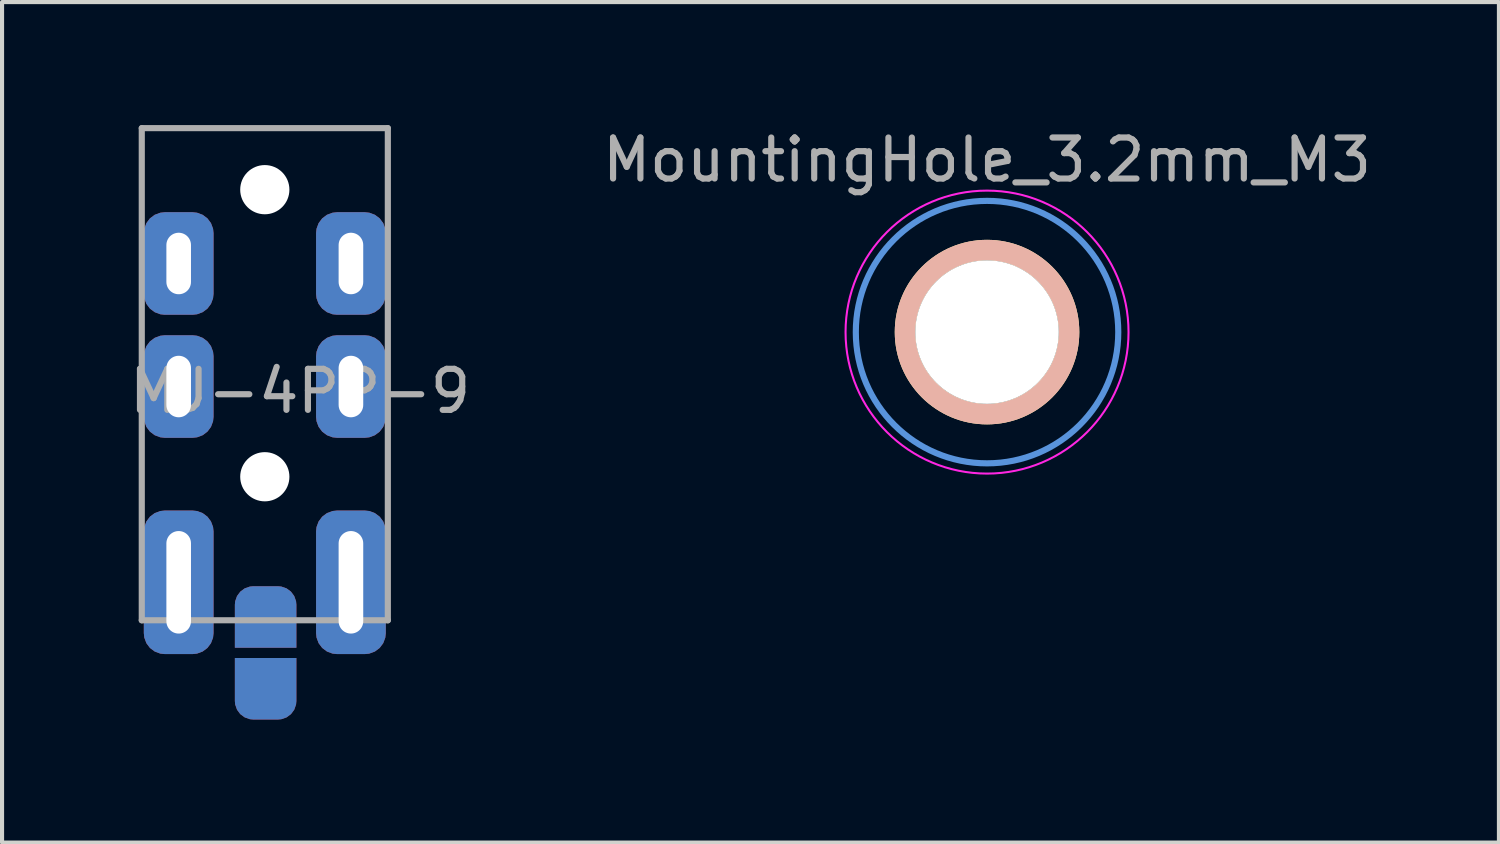
<source format=kicad_pcb>
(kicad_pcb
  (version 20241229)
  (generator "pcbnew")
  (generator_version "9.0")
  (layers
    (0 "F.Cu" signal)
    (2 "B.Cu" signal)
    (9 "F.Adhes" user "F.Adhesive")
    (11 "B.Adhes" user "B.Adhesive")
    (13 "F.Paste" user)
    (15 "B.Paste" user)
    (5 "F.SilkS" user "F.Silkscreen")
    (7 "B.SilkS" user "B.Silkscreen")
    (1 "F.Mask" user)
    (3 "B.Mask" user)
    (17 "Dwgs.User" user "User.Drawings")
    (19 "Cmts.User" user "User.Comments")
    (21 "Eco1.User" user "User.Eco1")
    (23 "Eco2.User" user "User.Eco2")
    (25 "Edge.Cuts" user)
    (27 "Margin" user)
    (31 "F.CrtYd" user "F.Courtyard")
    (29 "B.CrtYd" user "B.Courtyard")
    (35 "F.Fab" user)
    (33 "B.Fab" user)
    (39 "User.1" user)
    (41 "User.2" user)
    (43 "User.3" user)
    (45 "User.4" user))
  (footprint "MountingHole_3.2mm_M3"
    (layer "F.Cu")
    (at 21.018 5.048)
    (property "Reference" "MountingHole_3.2mm_M3" (at 0 -4.2 0) (layer "F.Fab") (effects (font (size 1 1) (thickness 0.15))))
    (attr exclude_from_pos_files exclude_from_bom)
    (fp_circle (center 0 0) (end 2 0) (stroke (width 0.5) (type solid)) (fill no) (layer "F.SilkS"))
    (fp_circle (center 0 0) (end 2 0) (stroke (width 0.5) (type solid)) (fill no) (layer "B.SilkS"))
    (fp_circle (center 0 0) (end 3.2 0) (stroke (width 0.15) (type solid)) (fill no) (layer "Cmts.User"))
    (fp_circle (center 0 0) (end 3.45 0) (stroke (width 0.05) (type solid)) (fill no) (layer "F.CrtYd"))
    (pad "" np_thru_hole circle (at 0 0) (size 3.5 3.5) (drill 3.5) (layers "*.Cu" "*.Mask")))
  (footprint "MJ-4PP-9"
    (layer "F.Cu")
    (at 3.407 6.375)
    (property "Reference" "MJ-4PP-9" (at 0.861 0.114 0) (layer "F.Fab") (effects (font (size 1 1) (thickness 0.15))))
    (attr through_hole)
    (fp_line (start -3 -6.3) (end 3 -6.3) (stroke (width 0.15) (type solid)) (layer "F.Fab"))
    (fp_line (start -3 5.7) (end -3 -6.3) (stroke (width 0.15) (type solid)) (layer "F.Fab"))
    (fp_line (start 3 -6.3) (end 3 5.7) (stroke (width 0.15) (type solid)) (layer "F.Fab"))
    (fp_line (start 3 5.7) (end -3 5.7) (stroke (width 0.15) (type solid)) (layer "F.Fab"))
    (pad "" thru_hole roundrect (at -2.1 4.774) (size 1.7 3.5) (drill oval 0.6 2.5) (layers "*.Cu" "*.Mask") (roundrect_rratio 0.3))
    (pad "" np_thru_hole circle (at 0 -4.8) (size 1.2 1.2) (drill 1.2) (layers "*.Cu" "*.Mask"))
    (pad "" np_thru_hole circle (at 0 2.2) (size 1.2 1.2) (drill 1.2) (layers "*.Cu" "*.Mask"))
    (pad "" smd roundrect (at 0.02 5.62) (size 1.5 1.5) (layers "F.Cu" "F.Mask" "F.Paste") (roundrect_rratio 0.3) (chamfer_ratio 0) (chamfer bottom_left bottom_right))
    (pad "" smd roundrect (at 0.02 5.62) (size 1.5 1.5) (layers "B.Cu" "B.Mask" "B.Paste") (roundrect_rratio 0.3) (chamfer_ratio 0) (chamfer bottom_left bottom_right))
    (pad "" thru_hole roundrect (at 2.1 4.774) (size 1.7 3.5) (drill oval 0.6 2.5) (layers "*.Cu" "*.Mask") (roundrect_rratio 0.3))
    (pad "B" thru_hole roundrect (at -2.1 -3) (size 1.7 2.5) (drill oval 0.6 1.5) (layers "*.Cu" "*.Mask") (roundrect_rratio 0.3))
    (pad "B" thru_hole roundrect (at 2.1 -3) (size 1.7 2.5) (drill oval 0.6 1.5) (layers "*.Cu" "*.Mask") (roundrect_rratio 0.3))
    (pad "C" thru_hole roundrect (at -2.1 0) (size 1.7 2.5) (drill oval 0.6 1.5) (layers "*.Cu" "*.Mask") (roundrect_rratio 0.3))
    (pad "C" thru_hole roundrect (at 2.1 0) (size 1.7 2.5) (drill oval 0.6 1.5) (layers "*.Cu" "*.Mask") (roundrect_rratio 0.3))
    (pad "D" smd roundrect (at 0.02 7.37 180) (size 1.5 1.5) (layers "F.Cu" "F.Mask" "F.Paste") (roundrect_rratio 0.3) (chamfer_ratio 0) (chamfer bottom_left bottom_right))
    (pad "D" smd roundrect (at 0.02 7.37 180) (size 1.5 1.5) (layers "B.Cu" "B.Mask" "B.Paste") (roundrect_rratio 0.3) (chamfer_ratio 0) (chamfer bottom_left bottom_right)))
  (gr_rect
    (start -3 -3)
    (end 33.5 17.495)
    (stroke (width 0.1) (type default))
    (fill no)
    (layer "Edge.Cuts")))
</source>
